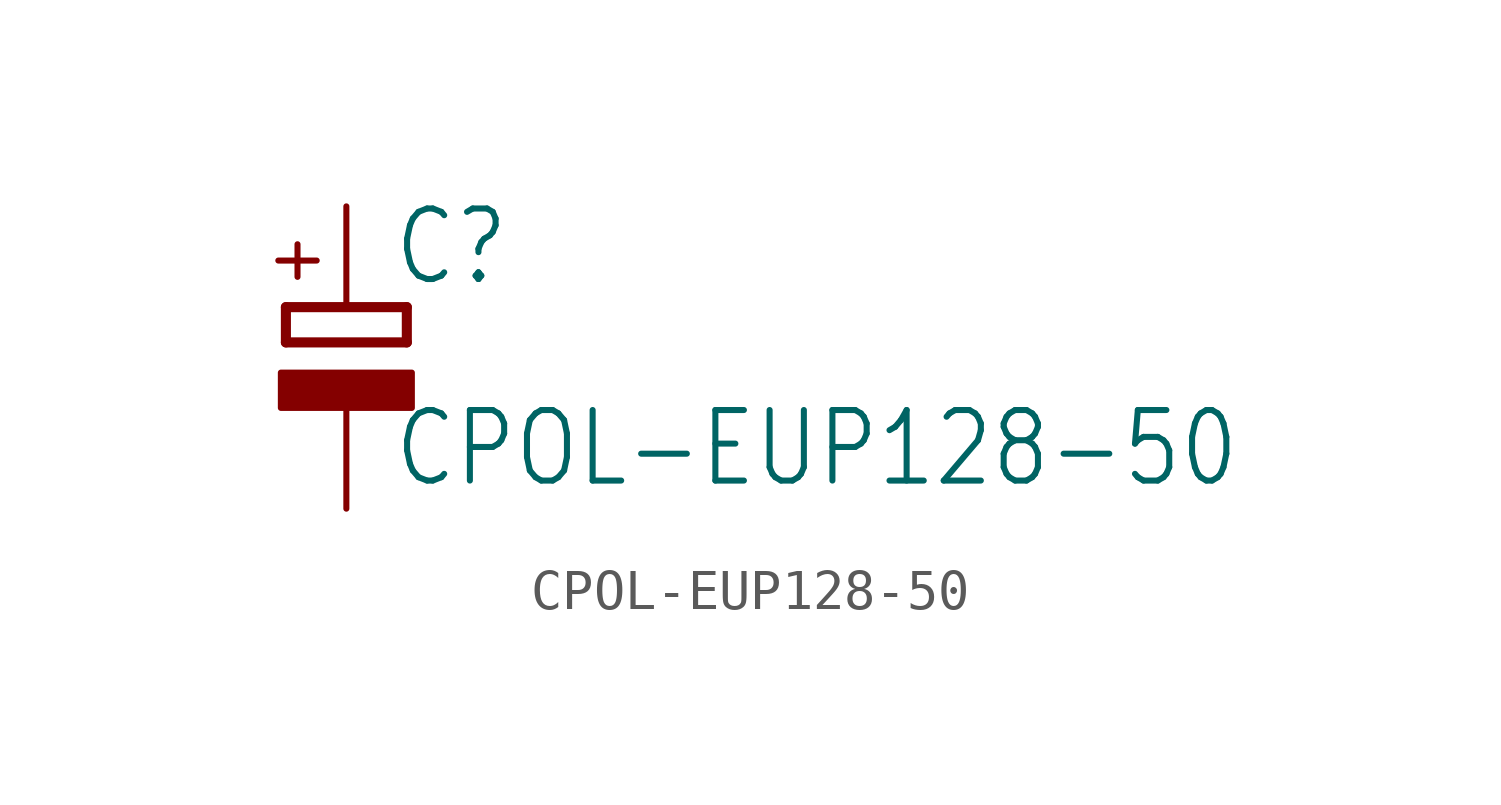
<source format=kicad_sym>
(kicad_symbol_lib
  (version 20220914)
  (generator kicad_symbol_editor)
  (symbol "CPOL-EUP128-50"
    (property "Reference" "C"
      (at 1.143 0.483 0)
      (effects (font (size 1.778 1.511)) (justify left bottom)))
    (property "Value" "CPOL-EUP128-50"
      (at 1.143 -4.597 0)
      (effects (font (size 1.778 1.511)) (justify left bottom)))
    (property "ki_locked" ""
      (at 0 0 0)
      (effects (font (size 1.27 1.27))))
    (symbol "CPOL-EUP128-50_1_0"
      (rectangle (start -1.651 -2.54) (end 1.651 -1.651) (stroke (width 0) (type default)) (fill (type outline)))
      (polyline (pts (xy -1.524 -0.889) (xy 1.524 -0.889)) (stroke (width 0.254) (type default)) (fill (type none)))
      (polyline (pts (xy -1.524 0) (xy -1.524 -0.889)) (stroke (width 0.254) (type default)) (fill (type none)))
      (polyline (pts (xy -1.524 0) (xy 1.524 0)) (stroke (width 0.254) (type default)) (fill (type none)))
      (polyline (pts (xy 1.524 -0.889) (xy 1.524 0)) (stroke (width 0.254) (type default)) (fill (type none)))
      (text "+" (at -0.584 0.406 900) (effects (font (size 1.27 1.079)) (justify left bottom)))
      (pin passive line (at 0 2.54 270) (length 2.54) (name "+" (effects (font (size 0 0)))) (number "+" (effects (font (size 0 0)))))
      (pin passive line (at 0 -5.08 90) (length 2.54) (name "-" (effects (font (size 0 0)))) (number "-" (effects (font (size 0 0))))))))
</source>
